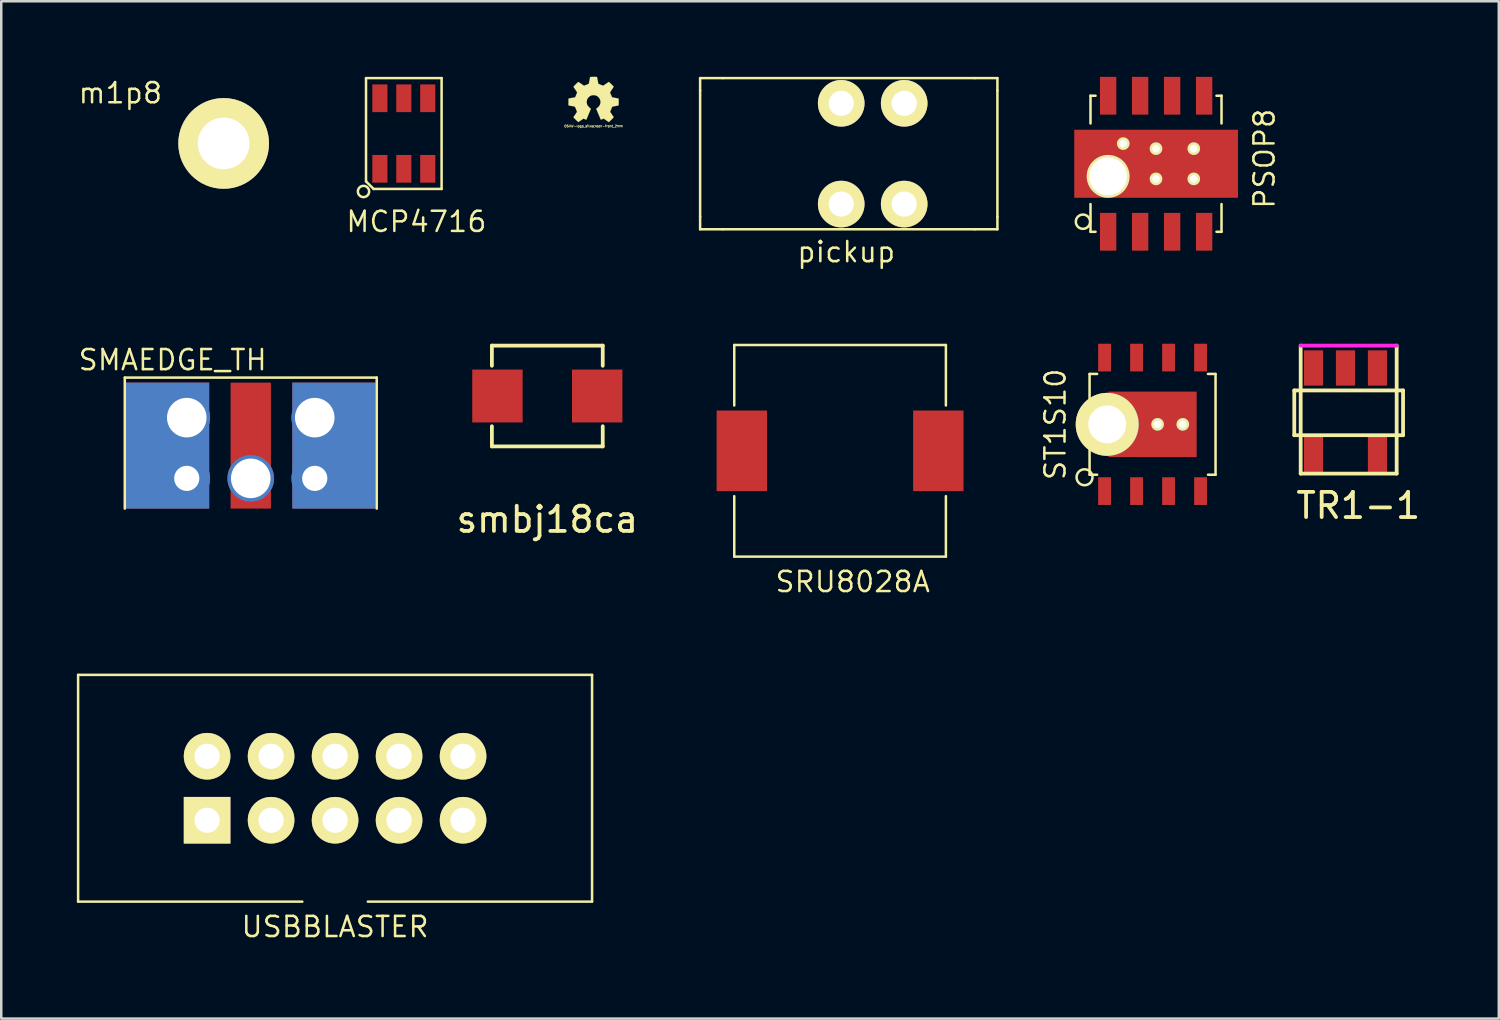
<source format=kicad_pcb>
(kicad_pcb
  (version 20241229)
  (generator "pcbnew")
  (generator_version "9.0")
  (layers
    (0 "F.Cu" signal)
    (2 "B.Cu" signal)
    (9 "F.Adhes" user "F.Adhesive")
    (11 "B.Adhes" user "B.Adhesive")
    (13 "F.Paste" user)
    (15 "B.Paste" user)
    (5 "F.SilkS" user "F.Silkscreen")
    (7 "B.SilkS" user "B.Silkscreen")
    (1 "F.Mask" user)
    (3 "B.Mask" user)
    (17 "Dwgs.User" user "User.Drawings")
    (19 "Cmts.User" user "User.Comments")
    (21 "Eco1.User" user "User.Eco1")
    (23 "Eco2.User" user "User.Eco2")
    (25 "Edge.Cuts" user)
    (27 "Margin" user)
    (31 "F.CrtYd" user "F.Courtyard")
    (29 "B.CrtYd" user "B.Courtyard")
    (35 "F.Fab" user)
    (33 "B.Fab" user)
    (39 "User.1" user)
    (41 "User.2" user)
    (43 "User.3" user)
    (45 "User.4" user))
  (footprint "PSOP8"
    (layer "F.Cu")
    (at 40.934 6.15)
    (property "Reference" "PSOP8" (at 6.2 -2.9 90) (layer "F.SilkS") (effects (font (size 0.8 0.8) (thickness 0.1))))
    (attr through_hole)
    (fp_line (start -0.7 -5.4) (end -0.7 -4.3) (stroke (width 0.1) (type solid)) (layer "F.SilkS"))
    (fp_line (start -0.7 0) (end -0.7 -1.1) (stroke (width 0.1) (type solid)) (layer "F.SilkS"))
    (fp_line (start -0.5 -5.4) (end -0.7 -5.4) (stroke (width 0.1) (type solid)) (layer "F.SilkS"))
    (fp_line (start -0.5 0) (end -0.7 0) (stroke (width 0.1) (type solid)) (layer "F.SilkS"))
    (fp_line (start 4.3 -5.4) (end 4.5 -5.4) (stroke (width 0.1) (type solid)) (layer "F.SilkS"))
    (fp_line (start 4.3 0) (end 4.5 0) (stroke (width 0.1) (type solid)) (layer "F.SilkS"))
    (fp_line (start 4.5 -5.4) (end 4.5 -4.3) (stroke (width 0.1) (type solid)) (layer "F.SilkS"))
    (fp_line (start 4.5 0) (end 4.5 -1.1) (stroke (width 0.1) (type solid)) (layer "F.SilkS"))
    (fp_circle (center -1 -0.4) (end -1.2 -0.6) (stroke (width 0.1) (type solid)) (fill no) (layer "F.SilkS"))
    (pad "1" smd rect (at 0 0) (size 0.65 1.5) (layers "F.Cu" "F.Mask" "F.Paste"))
    (pad "2" smd rect (at 1.27 0) (size 0.65 1.5) (layers "F.Cu" "F.Mask" "F.Paste"))
    (pad "3" smd rect (at 2.54 0) (size 0.65 1.5) (layers "F.Cu" "F.Mask" "F.Paste"))
    (pad "4" smd rect (at 3.81 0) (size 0.65 1.5) (layers "F.Cu" "F.Mask" "F.Paste"))
    (pad "5" smd rect (at 3.81 -5.4) (size 0.65 1.5) (layers "F.Cu" "F.Mask" "F.Paste"))
    (pad "6" smd rect (at 2.54 -5.4) (size 0.65 1.5) (layers "F.Cu" "F.Mask" "F.Paste"))
    (pad "7" thru_hole circle (at 0 -2.2) (size 1.7 1.7) (drill 1.5) (layers "*.Cu" "*.Mask" "F.SilkS"))
    (pad "7" thru_hole circle (at 0.6 -3.5) (size 0.5 0.5) (drill 0.3) (layers "*.Cu" "*.Mask" "F.SilkS"))
    (pad "7" smd rect (at 1.27 -5.4) (size 0.65 1.5) (layers "F.Cu" "F.Mask" "F.Paste"))
    (pad "7" thru_hole circle (at 1.9 -3.3) (size 0.5 0.5) (drill 0.3) (layers "*.Cu" "*.Mask" "F.SilkS"))
    (pad "7" thru_hole circle (at 1.9 -2.1) (size 0.5 0.5) (drill 0.3) (layers "*.Cu" "*.Mask" "F.SilkS"))
    (pad "7" smd rect (at 1.905 -2.7) (size 6.5 2.7) (layers "F.Cu" "F.Mask" "F.Paste"))
    (pad "7" thru_hole circle (at 3.4 -3.3) (size 0.5 0.5) (drill 0.3) (layers "*.Cu" "*.Mask" "F.SilkS"))
    (pad "7" thru_hole circle (at 3.4 -2.1) (size 0.5 0.5) (drill 0.3) (layers "*.Cu" "*.Mask" "F.SilkS"))
    (pad "8" smd rect (at 0 -5.4) (size 0.65 1.5) (layers "F.Cu" "F.Mask" "F.Paste")))
  (footprint "OSHW-logo_silkscreen-front_2mm"
    (layer "F.Cu")
    (at 20.509 0.898)
    (property "Reference" "OSHW-logo_silkscreen-front_2mm" (at 0 1.059 0) (layer "F.SilkS") (effects (font (size 0.089 0.089) (thickness 0.018))))
    (attr through_hole)
    (fp_poly (pts (xy -0.605 0.897) (xy -0.594 0.892) (xy -0.572 0.876) (xy -0.538 0.856) (xy -0.498 0.828) (xy -0.46 0.803) (xy -0.427 0.78) (xy -0.404 0.765) (xy -0.394 0.759) (xy -0.389 0.762) (xy -0.371 0.772) (xy -0.343 0.785) (xy -0.328 0.792) (xy -0.302 0.805) (xy -0.29 0.808) (xy -0.287 0.803) (xy -0.277 0.785) (xy -0.264 0.752) (xy -0.244 0.709) (xy -0.224 0.658) (xy -0.201 0.602) (xy -0.178 0.546) (xy -0.155 0.493) (xy -0.135 0.445) (xy -0.119 0.406) (xy -0.109 0.378) (xy -0.104 0.368) (xy -0.107 0.366) (xy -0.119 0.353) (xy -0.14 0.338) (xy -0.188 0.297) (xy -0.234 0.239) (xy -0.264 0.173) (xy -0.272 0.099) (xy -0.264 0.033) (xy -0.239 -0.03) (xy -0.193 -0.091) (xy -0.137 -0.135) (xy -0.071 -0.163) (xy 0 -0.17) (xy 0.069 -0.163) (xy 0.135 -0.137) (xy 0.196 -0.091) (xy 0.218 -0.064) (xy 0.254 -0.003) (xy 0.274 0.058) (xy 0.274 0.074) (xy 0.272 0.145) (xy 0.251 0.213) (xy 0.216 0.272) (xy 0.163 0.323) (xy 0.157 0.328) (xy 0.132 0.345) (xy 0.117 0.356) (xy 0.104 0.366) (xy 0.193 0.582) (xy 0.208 0.617) (xy 0.234 0.676) (xy 0.254 0.726) (xy 0.272 0.767) (xy 0.284 0.792) (xy 0.29 0.805) (xy 0.297 0.805) (xy 0.312 0.8) (xy 0.343 0.785) (xy 0.363 0.775) (xy 0.386 0.765) (xy 0.396 0.759) (xy 0.406 0.765) (xy 0.427 0.78) (xy 0.46 0.8) (xy 0.498 0.826) (xy 0.533 0.851) (xy 0.569 0.874) (xy 0.592 0.889) (xy 0.605 0.897) (xy 0.607 0.897) (xy 0.617 0.889) (xy 0.638 0.874) (xy 0.665 0.846) (xy 0.706 0.805) (xy 0.714 0.8) (xy 0.747 0.765) (xy 0.775 0.734) (xy 0.795 0.714) (xy 0.8 0.706) (xy 0.795 0.693) (xy 0.78 0.668) (xy 0.757 0.635) (xy 0.729 0.594) (xy 0.658 0.49) (xy 0.699 0.394) (xy 0.709 0.363) (xy 0.724 0.328) (xy 0.737 0.302) (xy 0.742 0.29) (xy 0.752 0.287) (xy 0.78 0.279) (xy 0.818 0.272) (xy 0.864 0.264) (xy 0.909 0.254) (xy 0.947 0.246) (xy 0.978 0.241) (xy 0.991 0.239) (xy 0.993 0.236) (xy 0.996 0.231) (xy 0.998 0.218) (xy 0.998 0.193) (xy 0.998 0.155) (xy 0.998 0.099) (xy 0.998 0.094) (xy 0.998 0.041) (xy 0.998 0) (xy 0.996 -0.025) (xy 0.993 -0.036) (xy 0.98 -0.041) (xy 0.953 -0.046) (xy 0.914 -0.053) (xy 0.866 -0.064) (xy 0.864 -0.064) (xy 0.815 -0.071) (xy 0.777 -0.081) (xy 0.749 -0.086) (xy 0.737 -0.091) (xy 0.734 -0.094) (xy 0.724 -0.112) (xy 0.711 -0.142) (xy 0.696 -0.178) (xy 0.681 -0.213) (xy 0.665 -0.249) (xy 0.658 -0.272) (xy 0.655 -0.284) (xy 0.663 -0.295) (xy 0.678 -0.32) (xy 0.701 -0.353) (xy 0.729 -0.394) (xy 0.732 -0.399) (xy 0.759 -0.437) (xy 0.78 -0.472) (xy 0.795 -0.495) (xy 0.8 -0.505) (xy 0.8 -0.508) (xy 0.792 -0.518) (xy 0.772 -0.541) (xy 0.742 -0.572) (xy 0.706 -0.607) (xy 0.696 -0.617) (xy 0.658 -0.655) (xy 0.63 -0.681) (xy 0.612 -0.693) (xy 0.605 -0.699) (xy 0.605 -0.696) (xy 0.592 -0.691) (xy 0.566 -0.673) (xy 0.533 -0.65) (xy 0.493 -0.622) (xy 0.49 -0.62) (xy 0.45 -0.594) (xy 0.417 -0.572) (xy 0.394 -0.556) (xy 0.384 -0.549) (xy 0.381 -0.549) (xy 0.366 -0.554) (xy 0.335 -0.564) (xy 0.302 -0.577) (xy 0.264 -0.592) (xy 0.231 -0.607) (xy 0.206 -0.617) (xy 0.193 -0.625) (xy 0.188 -0.64) (xy 0.183 -0.671) (xy 0.173 -0.711) (xy 0.165 -0.759) (xy 0.163 -0.767) (xy 0.155 -0.815) (xy 0.147 -0.853) (xy 0.14 -0.881) (xy 0.137 -0.894) (xy 0.132 -0.894) (xy 0.107 -0.897) (xy 0.071 -0.897) (xy 0.028 -0.897) (xy -0.015 -0.897) (xy -0.058 -0.897) (xy -0.097 -0.894) (xy -0.122 -0.894) (xy -0.135 -0.892) (xy -0.135 -0.889) (xy -0.14 -0.876) (xy -0.145 -0.846) (xy -0.155 -0.805) (xy -0.163 -0.754) (xy -0.165 -0.747) (xy -0.173 -0.699) (xy -0.183 -0.66) (xy -0.188 -0.632) (xy -0.191 -0.622) (xy -0.196 -0.62) (xy -0.213 -0.612) (xy -0.246 -0.599) (xy -0.287 -0.582) (xy -0.378 -0.546) (xy -0.49 -0.622) (xy -0.5 -0.63) (xy -0.541 -0.658) (xy -0.574 -0.678) (xy -0.597 -0.693) (xy -0.607 -0.699) (xy -0.617 -0.688) (xy -0.64 -0.668) (xy -0.671 -0.638) (xy -0.706 -0.605) (xy -0.732 -0.577) (xy -0.762 -0.546) (xy -0.782 -0.526) (xy -0.792 -0.511) (xy -0.798 -0.503) (xy -0.795 -0.498) (xy -0.79 -0.485) (xy -0.772 -0.462) (xy -0.749 -0.427) (xy -0.721 -0.389) (xy -0.699 -0.353) (xy -0.676 -0.318) (xy -0.66 -0.29) (xy -0.653 -0.277) (xy -0.655 -0.272) (xy -0.663 -0.249) (xy -0.676 -0.216) (xy -0.693 -0.175) (xy -0.732 -0.086) (xy -0.79 -0.076) (xy -0.826 -0.069) (xy -0.876 -0.061) (xy -0.922 -0.051) (xy -0.996 -0.036) (xy -0.998 0.231) (xy -0.988 0.236) (xy -0.975 0.241) (xy -0.95 0.246) (xy -0.909 0.254) (xy -0.864 0.262) (xy -0.826 0.269) (xy -0.785 0.277) (xy -0.757 0.282) (xy -0.744 0.284) (xy -0.742 0.29) (xy -0.732 0.31) (xy -0.716 0.34) (xy -0.701 0.376) (xy -0.686 0.414) (xy -0.673 0.45) (xy -0.663 0.475) (xy -0.658 0.49) (xy -0.663 0.5) (xy -0.678 0.523) (xy -0.701 0.556) (xy -0.726 0.594) (xy -0.754 0.635) (xy -0.777 0.668) (xy -0.792 0.693) (xy -0.8 0.704) (xy -0.795 0.711) (xy -0.78 0.729) (xy -0.752 0.759) (xy -0.706 0.805) (xy -0.699 0.81) (xy -0.665 0.846) (xy -0.635 0.871) (xy -0.615 0.892) (xy -0.605 0.897)) (stroke (width 0.003) (type solid)) (fill yes) (layer "F.SilkS")))
  (footprint "pickup"
    (layer "F.Cu")
    (at 30.639 3.05)
    (property "Reference" "pickup" (at -0.1 3.9 0) (layer "F.SilkS") (effects (font (size 0.8 0.8) (thickness 0.1))))
    (attr through_hole)
    (fp_line (start -5.9 -3) (end -5.9 -2.5) (stroke (width 0.1) (type solid)) (layer "F.SilkS"))
    (fp_line (start -5.9 2.5) (end -5.9 -2.5) (stroke (width 0.1) (type solid)) (layer "F.SilkS"))
    (fp_line (start -5.9 2.5) (end -5.9 3) (stroke (width 0.1) (type solid)) (layer "F.SilkS"))
    (fp_line (start -5.9 3) (end -5 3) (stroke (width 0.1) (type solid)) (layer "F.SilkS"))
    (fp_line (start -5 -3) (end -5.9 -3) (stroke (width 0.1) (type solid)) (layer "F.SilkS"))
    (fp_line (start -5 -3) (end 5 -3) (stroke (width 0.1) (type solid)) (layer "F.SilkS"))
    (fp_line (start 5 -3) (end 5.9 -3) (stroke (width 0.1) (type solid)) (layer "F.SilkS"))
    (fp_line (start 5 3) (end -5 3) (stroke (width 0.1) (type solid)) (layer "F.SilkS"))
    (fp_line (start 5 3) (end 5.9 3) (stroke (width 0.1) (type solid)) (layer "F.SilkS"))
    (fp_line (start 5.9 -3) (end 5.9 -2.5) (stroke (width 0.1) (type solid)) (layer "F.SilkS"))
    (fp_line (start 5.9 -2.5) (end 5.9 2.5) (stroke (width 0.1) (type solid)) (layer "F.SilkS"))
    (fp_line (start 5.9 3) (end 5.9 2.5) (stroke (width 0.1) (type solid)) (layer "F.SilkS"))
    (pad "1" thru_hole circle (at -0.3 -2) (size 1.85 1.85) (drill 1) (layers "*.Cu" "*.Mask" "F.SilkS"))
    (pad "2" thru_hole circle (at -0.3 2) (size 1.85 1.85) (drill 1) (layers "*.Cu" "*.Mask" "F.SilkS"))
    (pad "3" thru_hole circle (at 2.2 -2) (size 1.85 1.85) (drill 1) (layers "*.Cu" "*.Mask" "F.SilkS"))
    (pad "4" thru_hole circle (at 2.2 2) (size 1.85 1.85) (drill 1) (layers "*.Cu" "*.Mask" "F.SilkS")))
  (footprint "smbj18ca"
    (layer "F.Cu")
    (at 18.674 12.668)
    (property "Reference" "smbj18ca" (at 0 4.9 0) (layer "F.SilkS") (effects (font (size 1 1) (thickness 0.15))))
    (attr through_hole)
    (fp_line (start -2.2 -2) (end 2.2 -2) (stroke (width 0.15) (type solid)) (layer "F.SilkS"))
    (fp_line (start -2.2 -1.2) (end -2.2 -2) (stroke (width 0.15) (type solid)) (layer "F.SilkS"))
    (fp_line (start -2.2 1.2) (end -2.2 2) (stroke (width 0.15) (type solid)) (layer "F.SilkS"))
    (fp_line (start -2.2 2) (end 2.2 2) (stroke (width 0.15) (type solid)) (layer "F.SilkS"))
    (fp_line (start 2.2 -2) (end 2.2 -1.2) (stroke (width 0.15) (type solid)) (layer "F.SilkS"))
    (fp_line (start 2.2 2) (end 2.2 1.2) (stroke (width 0.15) (type solid)) (layer "F.SilkS"))
    (pad "1" smd rect (at -1.98 0) (size 2 2.1) (layers "F.Cu" "F.Mask" "F.Paste"))
    (pad "2" smd rect (at 1.98 0) (size 2 2.1) (layers "F.Cu" "F.Mask" "F.Paste")))
  (footprint "SRU8028A"
    (layer "F.Cu")
    (at 30.294 14.844)
    (property "Reference" "SRU8028A" (at 0.5 5.2 0) (layer "F.SilkS") (effects (font (size 0.8 0.8) (thickness 0.1))))
    (attr through_hole)
    (fp_line (start -4.2 -4.2) (end 4.2 -4.2) (stroke (width 0.1) (type solid)) (layer "F.SilkS"))
    (fp_line (start -4.2 -1.8) (end -4.2 -4.2) (stroke (width 0.1) (type solid)) (layer "F.SilkS"))
    (fp_line (start -4.2 1.8) (end -4.2 4.2) (stroke (width 0.1) (type solid)) (layer "F.SilkS"))
    (fp_line (start -4.2 4.2) (end 4.2 4.2) (stroke (width 0.1) (type solid)) (layer "F.SilkS"))
    (fp_line (start 4.2 -4.2) (end 4.2 -1.8) (stroke (width 0.1) (type solid)) (layer "F.SilkS"))
    (fp_line (start 4.2 4.2) (end 4.2 1.8) (stroke (width 0.1) (type solid)) (layer "F.SilkS"))
    (pad "1" smd rect (at -3.9 0) (size 2 3.2) (layers "F.Cu" "F.Mask" "F.Paste"))
    (pad "2" smd rect (at 3.9 0) (size 2 3.2) (layers "F.Cu" "F.Mask" "F.Paste")))
  (footprint "ST1S10"
    (layer "F.Cu")
    (at 42.697 13.793)
    (property "Reference" "ST1S10" (at -3.86 0 90) (layer "F.SilkS") (effects (font (size 0.8 0.8) (thickness 0.1))))
    (attr through_hole)
    (fp_line (start -2.5 -2) (end -2.5 2) (stroke (width 0.1) (type solid)) (layer "F.SilkS"))
    (fp_line (start -2.5 2) (end -2.2 2) (stroke (width 0.1) (type solid)) (layer "F.SilkS"))
    (fp_line (start -2.2 -2) (end -2.5 -2) (stroke (width 0.1) (type solid)) (layer "F.SilkS"))
    (fp_line (start 2.2 2) (end 2.5 2) (stroke (width 0.1) (type solid)) (layer "F.SilkS"))
    (fp_line (start 2.5 -2) (end 2.2 -2) (stroke (width 0.1) (type solid)) (layer "F.SilkS"))
    (fp_line (start 2.5 2) (end 2.5 -2) (stroke (width 0.1) (type solid)) (layer "F.SilkS"))
    (fp_circle (center -2.7 2.1) (end -2.8 1.8) (stroke (width 0.1) (type solid)) (fill no) (layer "F.SilkS"))
    (pad "1" smd rect (at -1.905 2.65) (size 0.51 1.1) (layers "F.Cu" "F.Mask" "F.Paste"))
    (pad "2" smd rect (at -0.635 2.65) (size 0.51 1.1) (layers "F.Cu" "F.Mask" "F.Paste"))
    (pad "3" smd rect (at 0.635 2.65) (size 0.51 1.1) (layers "F.Cu" "F.Mask" "F.Paste"))
    (pad "4" smd rect (at 1.905 2.65) (size 0.51 1.1) (layers "F.Cu" "F.Mask" "F.Paste"))
    (pad "5" smd rect (at 1.905 -2.65) (size 0.51 1.1) (layers "F.Cu" "F.Mask" "F.Paste"))
    (pad "6" smd rect (at 0.635 -2.65) (size 0.51 1.1) (layers "F.Cu" "F.Mask" "F.Paste"))
    (pad "7" smd rect (at -0.635 -2.65) (size 0.51 1.1) (layers "F.Cu" "F.Mask" "F.Paste"))
    (pad "8" smd rect (at -1.905 -2.65) (size 0.51 1.1) (layers "F.Cu" "F.Mask" "F.Paste"))
    (pad "9" thru_hole circle (at -1.8 0) (size 2.5 2.5) (drill 1.5) (layers "*.Cu" "*.Mask" "F.SilkS"))
    (pad "9" smd rect (at 0 0) (size 3.5 2.6) (layers "F.Cu" "F.Mask" "F.Paste"))
    (pad "9" thru_hole circle (at 0.2 0) (size 0.5 0.5) (drill 0.3) (layers "*.Cu" "*.Mask" "F.SilkS"))
    (pad "9" thru_hole circle (at 1.2 0) (size 0.5 0.5) (drill 0.3) (layers "*.Cu" "*.Mask" "F.SilkS")))
  (footprint "TR1-1"
    (layer "F.Cu")
    (at 49.084 14.986)
    (property "Reference" "TR1-1" (at 1.778 2.032 0) (layer "F.SilkS") (effects (font (size 1 1) (thickness 0.15))))
    (attr through_hole)
    (fp_line (start -0.762 -2.54) (end 3.556 -2.54) (stroke (width 0.15) (type solid)) (layer "F.SilkS"))
    (fp_line (start -0.762 -0.762) (end -0.762 -2.54) (stroke (width 0.15) (type solid)) (layer "F.SilkS"))
    (fp_line (start -0.508 -4.318) (end -0.508 0.762) (stroke (width 0.15) (type solid)) (layer "F.SilkS"))
    (fp_line (start -0.508 0.762) (end 3.302 0.762) (stroke (width 0.15) (type solid)) (layer "F.SilkS"))
    (fp_line (start 3.302 0.762) (end 3.302 -4.318) (stroke (width 0.15) (type solid)) (layer "F.SilkS"))
    (fp_line (start 3.556 -2.54) (end 3.556 -0.762) (stroke (width 0.15) (type solid)) (layer "F.SilkS"))
    (fp_line (start 3.556 -0.762) (end -0.762 -0.762) (stroke (width 0.15) (type solid)) (layer "F.SilkS"))
    (fp_line (start 3.302 -4.318) (end -0.508 -4.318) (stroke (width 0.15) (type solid)) (layer "F.CrtYd"))
    (pad "1" smd rect (at 0 -3.43) (size 0.76 1.4) (layers "F.Cu" "F.Mask" "F.Paste"))
    (pad "2" smd rect (at 1.27 -3.43) (size 0.76 1.4) (layers "F.Cu" "F.Mask" "F.Paste"))
    (pad "3" smd rect (at 2.54 -3.43) (size 0.76 1.4) (layers "F.Cu" "F.Mask" "F.Paste"))
    (pad "4" smd rect (at 2.54 0) (size 0.76 1.4) (layers "F.Cu" "F.Mask" "F.Paste"))
    (pad "5" smd rect (at 0 0) (size 0.76 1.4) (layers "F.Cu" "F.Mask" "F.Paste")))
  (footprint "m1p8"
    (layer "F.Cu")
    (at 5.827 2.643)
    (property "Reference" "m1p8" (at -4.1 -2 0) (layer "F.SilkS") (effects (font (size 0.8 0.8) (thickness 0.1))))
    (attr through_hole)
    (pad "" np_thru_hole circle (at 0 0) (size 3.6 3.6) (drill 2.05) (layers "*.Cu" "*.Mask" "F.SilkS")))
  (footprint "SMAEDGE_TH"
    (layer "F.Cu")
    (at 6.903 17.337)
    (property "Reference" "SMAEDGE_TH" (at -3.1 -6.1 0) (layer "F.SilkS") (effects (font (size 0.8 0.8) (thickness 0.1))))
    (attr through_hole)
    (fp_line (start -5 -5.4) (end 5 -5.4) (stroke (width 0.1) (type solid)) (layer "F.SilkS"))
    (fp_line (start -5 -0.2) (end -5 -5.4) (stroke (width 0.1) (type solid)) (layer "F.SilkS"))
    (fp_line (start 5 -5.4) (end 5 -0.2) (stroke (width 0.1) (type solid)) (layer "F.SilkS"))
    (pad "1" smd rect (at 0 -2.7) (size 1.6 5) (layers "F.Cu" "F.Mask" "F.Paste"))
    (pad "1" thru_hole circle (at 0 -1.4) (size 1.85 1.85) (drill 1.57) (layers "*.Cu" "*.Mask"))
    (pad "2" smd rect (at -3.3 -2.7) (size 3.3 5) (layers "F.Cu" "F.Mask" "F.Paste"))
    (pad "2" smd rect (at -3.3 -2.7) (size 3.3 5) (layers "B.Cu" "B.Mask" "B.Paste"))
    (pad "2" thru_hole circle (at -2.54 -3.81) (size 1.85 1.85) (drill 1.57) (layers "*.Cu" "*.Mask"))
    (pad "2" thru_hole circle (at -2.54 -1.4) (size 1.85 1.85) (drill 1) (layers "*.Cu" "*.Mask"))
    (pad "2" thru_hole circle (at 2.54 -3.81) (size 1.85 1.85) (drill 1.57) (layers "*.Cu" "*.Mask"))
    (pad "2" thru_hole circle (at 2.54 -1.4) (size 1.85 1.85) (drill 1) (layers "*.Cu" "*.Mask"))
    (pad "2" smd rect (at 3.3 -2.7) (size 3.3 5) (layers "F.Cu" "F.Mask" "F.Paste"))
    (pad "2" smd rect (at 3.3 -2.7) (size 3.3 5) (layers "*.Paste" "B.Cu" "B.Mask")))
  (footprint "MCP4716"
    (layer "F.Cu")
    (at 12.978 2.25)
    (property "Reference" "MCP4716" (at 0.5 3.5 180) (layer "F.SilkS") (effects (font (size 0.8 0.8) (thickness 0.1))))
    (attr through_hole)
    (fp_line (start -1.5 -2.2) (end -1.5 1.9) (stroke (width 0.1) (type solid)) (layer "F.SilkS"))
    (fp_line (start -1.5 1.9) (end -1.2 2.2) (stroke (width 0.1) (type solid)) (layer "F.SilkS"))
    (fp_line (start -1.2 2.2) (end 1.5 2.2) (stroke (width 0.1) (type solid)) (layer "F.SilkS"))
    (fp_line (start 1.5 -2.2) (end -1.5 -2.2) (stroke (width 0.1) (type solid)) (layer "F.SilkS"))
    (fp_line (start 1.5 2.2) (end 1.5 -2.2) (stroke (width 0.1) (type solid)) (layer "F.SilkS"))
    (fp_circle (center -1.6 2.3) (end -1.8 2.2) (stroke (width 0.1) (type solid)) (fill no) (layer "F.SilkS"))
    (pad "1" smd rect (at -0.95 1.4) (size 0.6 1.1) (layers "F.Cu" "F.Mask" "F.Paste"))
    (pad "2" smd rect (at 0 1.4) (size 0.6 1.1) (layers "F.Cu" "F.Mask" "F.Paste"))
    (pad "3" smd rect (at 0.95 1.4) (size 0.6 1.1) (layers "F.Cu" "F.Mask" "F.Paste"))
    (pad "4" smd rect (at 0.95 -1.4) (size 0.6 1.1) (layers "F.Cu" "F.Mask" "F.Paste"))
    (pad "5" smd rect (at 0 -1.4) (size 0.6 1.1) (layers "F.Cu" "F.Mask" "F.Paste"))
    (pad "6" smd rect (at -0.95 -1.4) (size 0.6 1.1) (layers "F.Cu" "F.Mask" "F.Paste")))
  (footprint "USBBLASTER"
    (layer "F.Cu")
    (at 10.25 28.237)
    (property "Reference" "USBBLASTER" (at 0 5.5 0) (layer "F.SilkS") (effects (font (size 0.8 0.8) (thickness 0.1))))
    (attr through_hole)
    (fp_line (start -10.2 -4.5) (end 10.2 -4.5) (stroke (width 0.1) (type solid)) (layer "F.SilkS"))
    (fp_line (start -10.2 4.5) (end -10.2 -4.5) (stroke (width 0.1) (type solid)) (layer "F.SilkS"))
    (fp_line (start -1.3 4.5) (end -10.2 4.5) (stroke (width 0.1) (type solid)) (layer "F.SilkS"))
    (fp_line (start 10.2 -4.5) (end 10.2 4.5) (stroke (width 0.1) (type solid)) (layer "F.SilkS"))
    (fp_line (start 10.2 4.5) (end 1.3 4.5) (stroke (width 0.1) (type solid)) (layer "F.SilkS"))
    (pad "1" thru_hole rect (at -5.08 1.27) (size 1.85 1.85) (drill 1) (layers "*.Cu" "*.Mask" "F.SilkS"))
    (pad "2" thru_hole circle (at -5.08 -1.27) (size 1.85 1.85) (drill 1) (layers "*.Cu" "*.Mask" "F.SilkS"))
    (pad "3" thru_hole circle (at -2.54 1.27) (size 1.85 1.85) (drill 1) (layers "*.Cu" "*.Mask" "F.SilkS"))
    (pad "4" thru_hole circle (at -2.54 -1.27) (size 1.85 1.85) (drill 1) (layers "*.Cu" "*.Mask" "F.SilkS"))
    (pad "5" thru_hole circle (at 0 1.27) (size 1.85 1.85) (drill 1) (layers "*.Cu" "*.Mask" "F.SilkS"))
    (pad "6" thru_hole circle (at 0 -1.27) (size 1.85 1.85) (drill 1) (layers "*.Cu" "*.Mask" "F.SilkS"))
    (pad "7" thru_hole circle (at 2.54 1.27) (size 1.85 1.85) (drill 1) (layers "*.Cu" "*.Mask" "F.SilkS"))
    (pad "8" thru_hole circle (at 2.54 -1.27) (size 1.85 1.85) (drill 1) (layers "*.Cu" "*.Mask" "F.SilkS"))
    (pad "9" thru_hole circle (at 5.08 1.27) (size 1.85 1.85) (drill 1) (layers "*.Cu" "*.Mask" "F.SilkS"))
    (pad "10" thru_hole circle (at 5.08 -1.27) (size 1.85 1.85) (drill 1) (layers "*.Cu" "*.Mask" "F.SilkS")))
  (gr_rect
    (start -3 -3)
    (end 56.44 37.38)
    (stroke (width 0.1) (type default))
    (fill no)
    (layer "Edge.Cuts")))
</source>
